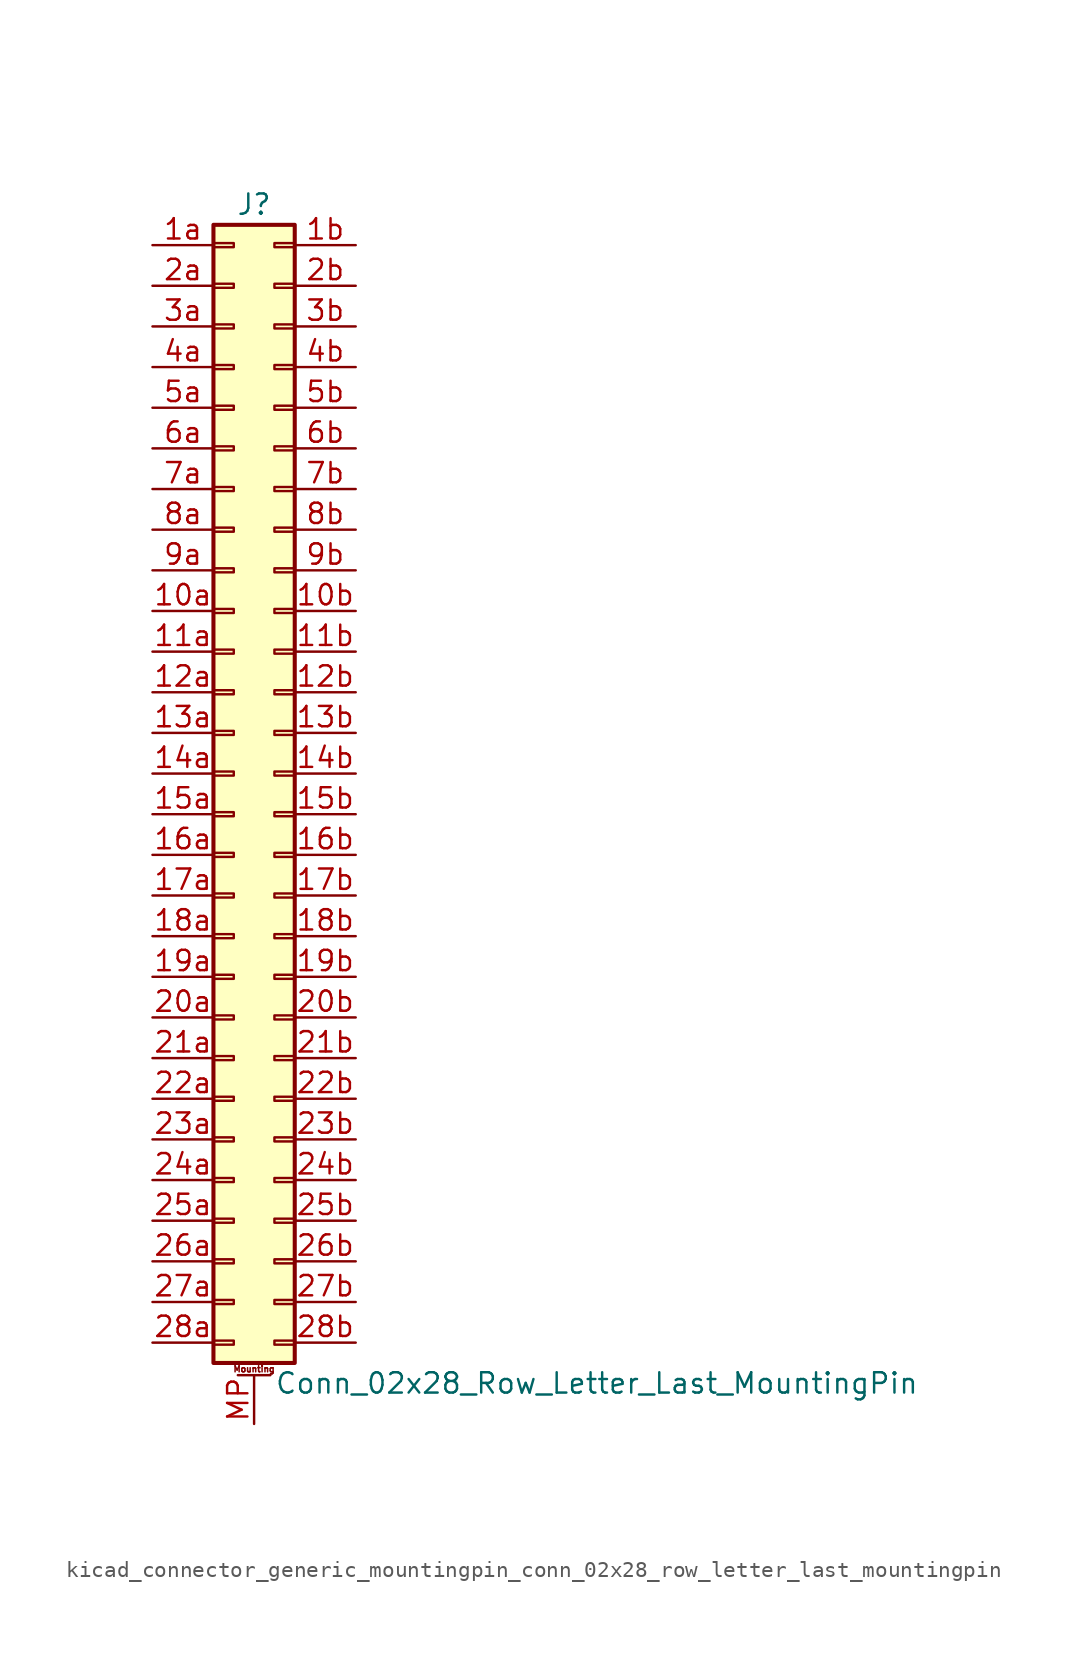
<source format=kicad_sym>
(kicad_symbol_lib
  (version 20220914)
  (generator kicad_symbol_editor)
  (symbol "kicad_connector_generic_mountingpin_conn_02x28_row_letter_last_mountingpin"
    (pin_names
      (offset 1.016) hide)
    (property "Reference" "J"
      (at 1.27 35.56 0)
      (effects (font (size 1.27 1.27))))
    (property "Value" "Conn_02x28_Row_Letter_Last_MountingPin"
      (at 2.54 -38.1 0)
      (effects (font (size 1.27 1.27)) (justify left)))
    (symbol "kicad_connector_generic_mountingpin_conn_02x28_row_letter_last_mountingpin_1_1"
      (rectangle (start -1.27 -35.433) (end 0 -35.687) (stroke (width 0.152) (type default)) (fill (type none)))
      (rectangle (start -1.27 -32.893) (end 0 -33.147) (stroke (width 0.152) (type default)) (fill (type none)))
      (rectangle (start -1.27 -30.353) (end 0 -30.607) (stroke (width 0.152) (type default)) (fill (type none)))
      (rectangle (start -1.27 -27.813) (end 0 -28.067) (stroke (width 0.152) (type default)) (fill (type none)))
      (rectangle (start -1.27 -25.273) (end 0 -25.527) (stroke (width 0.152) (type default)) (fill (type none)))
      (rectangle (start -1.27 -22.733) (end 0 -22.987) (stroke (width 0.152) (type default)) (fill (type none)))
      (rectangle (start -1.27 -20.193) (end 0 -20.447) (stroke (width 0.152) (type default)) (fill (type none)))
      (rectangle (start -1.27 -17.653) (end 0 -17.907) (stroke (width 0.152) (type default)) (fill (type none)))
      (rectangle (start -1.27 -15.113) (end 0 -15.367) (stroke (width 0.152) (type default)) (fill (type none)))
      (rectangle (start -1.27 -12.573) (end 0 -12.827) (stroke (width 0.152) (type default)) (fill (type none)))
      (rectangle (start -1.27 -10.033) (end 0 -10.287) (stroke (width 0.152) (type default)) (fill (type none)))
      (rectangle (start -1.27 -7.493) (end 0 -7.747) (stroke (width 0.152) (type default)) (fill (type none)))
      (rectangle (start -1.27 -4.953) (end 0 -5.207) (stroke (width 0.152) (type default)) (fill (type none)))
      (rectangle (start -1.27 -2.413) (end 0 -2.667) (stroke (width 0.152) (type default)) (fill (type none)))
      (rectangle (start -1.27 0.127) (end 0 -0.127) (stroke (width 0.152) (type default)) (fill (type none)))
      (rectangle (start -1.27 2.667) (end 0 2.413) (stroke (width 0.152) (type default)) (fill (type none)))
      (rectangle (start -1.27 5.207) (end 0 4.953) (stroke (width 0.152) (type default)) (fill (type none)))
      (rectangle (start -1.27 7.747) (end 0 7.493) (stroke (width 0.152) (type default)) (fill (type none)))
      (rectangle (start -1.27 10.287) (end 0 10.033) (stroke (width 0.152) (type default)) (fill (type none)))
      (rectangle (start -1.27 12.827) (end 0 12.573) (stroke (width 0.152) (type default)) (fill (type none)))
      (rectangle (start -1.27 15.367) (end 0 15.113) (stroke (width 0.152) (type default)) (fill (type none)))
      (rectangle (start -1.27 17.907) (end 0 17.653) (stroke (width 0.152) (type default)) (fill (type none)))
      (rectangle (start -1.27 20.447) (end 0 20.193) (stroke (width 0.152) (type default)) (fill (type none)))
      (rectangle (start -1.27 22.987) (end 0 22.733) (stroke (width 0.152) (type default)) (fill (type none)))
      (rectangle (start -1.27 25.527) (end 0 25.273) (stroke (width 0.152) (type default)) (fill (type none)))
      (rectangle (start -1.27 28.067) (end 0 27.813) (stroke (width 0.152) (type default)) (fill (type none)))
      (rectangle (start -1.27 30.607) (end 0 30.353) (stroke (width 0.152) (type default)) (fill (type none)))
      (rectangle (start -1.27 33.147) (end 0 32.893) (stroke (width 0.152) (type default)) (fill (type none)))
      (rectangle (start -1.27 34.29) (end 3.81 -36.83) (stroke (width 0.254) (type default)) (fill (type background)))
      (polyline (pts (xy 0.254 -37.592) (xy 2.286 -37.592)) (stroke (width 0.152) (type default)) (fill (type none)))
      (rectangle (start 3.81 -35.433) (end 2.54 -35.687) (stroke (width 0.152) (type default)) (fill (type none)))
      (rectangle (start 3.81 -32.893) (end 2.54 -33.147) (stroke (width 0.152) (type default)) (fill (type none)))
      (rectangle (start 3.81 -30.353) (end 2.54 -30.607) (stroke (width 0.152) (type default)) (fill (type none)))
      (rectangle (start 3.81 -27.813) (end 2.54 -28.067) (stroke (width 0.152) (type default)) (fill (type none)))
      (rectangle (start 3.81 -25.273) (end 2.54 -25.527) (stroke (width 0.152) (type default)) (fill (type none)))
      (rectangle (start 3.81 -22.733) (end 2.54 -22.987) (stroke (width 0.152) (type default)) (fill (type none)))
      (rectangle (start 3.81 -20.193) (end 2.54 -20.447) (stroke (width 0.152) (type default)) (fill (type none)))
      (rectangle (start 3.81 -17.653) (end 2.54 -17.907) (stroke (width 0.152) (type default)) (fill (type none)))
      (rectangle (start 3.81 -15.113) (end 2.54 -15.367) (stroke (width 0.152) (type default)) (fill (type none)))
      (rectangle (start 3.81 -12.573) (end 2.54 -12.827) (stroke (width 0.152) (type default)) (fill (type none)))
      (rectangle (start 3.81 -10.033) (end 2.54 -10.287) (stroke (width 0.152) (type default)) (fill (type none)))
      (rectangle (start 3.81 -7.493) (end 2.54 -7.747) (stroke (width 0.152) (type default)) (fill (type none)))
      (rectangle (start 3.81 -4.953) (end 2.54 -5.207) (stroke (width 0.152) (type default)) (fill (type none)))
      (rectangle (start 3.81 -2.413) (end 2.54 -2.667) (stroke (width 0.152) (type default)) (fill (type none)))
      (rectangle (start 3.81 0.127) (end 2.54 -0.127) (stroke (width 0.152) (type default)) (fill (type none)))
      (rectangle (start 3.81 2.667) (end 2.54 2.413) (stroke (width 0.152) (type default)) (fill (type none)))
      (rectangle (start 3.81 5.207) (end 2.54 4.953) (stroke (width 0.152) (type default)) (fill (type none)))
      (rectangle (start 3.81 7.747) (end 2.54 7.493) (stroke (width 0.152) (type default)) (fill (type none)))
      (rectangle (start 3.81 10.287) (end 2.54 10.033) (stroke (width 0.152) (type default)) (fill (type none)))
      (rectangle (start 3.81 12.827) (end 2.54 12.573) (stroke (width 0.152) (type default)) (fill (type none)))
      (rectangle (start 3.81 15.367) (end 2.54 15.113) (stroke (width 0.152) (type default)) (fill (type none)))
      (rectangle (start 3.81 17.907) (end 2.54 17.653) (stroke (width 0.152) (type default)) (fill (type none)))
      (rectangle (start 3.81 20.447) (end 2.54 20.193) (stroke (width 0.152) (type default)) (fill (type none)))
      (rectangle (start 3.81 22.987) (end 2.54 22.733) (stroke (width 0.152) (type default)) (fill (type none)))
      (rectangle (start 3.81 25.527) (end 2.54 25.273) (stroke (width 0.152) (type default)) (fill (type none)))
      (rectangle (start 3.81 28.067) (end 2.54 27.813) (stroke (width 0.152) (type default)) (fill (type none)))
      (rectangle (start 3.81 30.607) (end 2.54 30.353) (stroke (width 0.152) (type default)) (fill (type none)))
      (rectangle (start 3.81 33.147) (end 2.54 32.893) (stroke (width 0.152) (type default)) (fill (type none)))
      (text "Mounting" (at 1.27 -37.211 0) (effects (font (size 0.381 0.381))))
      (pin passive line (at -5.08 10.16 0) (length 3.81) (name "Pin_10a" (effects (font (size 1.27 1.27)))) (number "10a" (effects (font (size 1.27 1.27)))))
      (pin passive line (at 7.62 10.16 180) (length 3.81) (name "Pin_10b" (effects (font (size 1.27 1.27)))) (number "10b" (effects (font (size 1.27 1.27)))))
      (pin passive line (at -5.08 7.62 0) (length 3.81) (name "Pin_11a" (effects (font (size 1.27 1.27)))) (number "11a" (effects (font (size 1.27 1.27)))))
      (pin passive line (at 7.62 7.62 180) (length 3.81) (name "Pin_11b" (effects (font (size 1.27 1.27)))) (number "11b" (effects (font (size 1.27 1.27)))))
      (pin passive line (at -5.08 5.08 0) (length 3.81) (name "Pin_12a" (effects (font (size 1.27 1.27)))) (number "12a" (effects (font (size 1.27 1.27)))))
      (pin passive line (at 7.62 5.08 180) (length 3.81) (name "Pin_12b" (effects (font (size 1.27 1.27)))) (number "12b" (effects (font (size 1.27 1.27)))))
      (pin passive line (at -5.08 2.54 0) (length 3.81) (name "Pin_13a" (effects (font (size 1.27 1.27)))) (number "13a" (effects (font (size 1.27 1.27)))))
      (pin passive line (at 7.62 2.54 180) (length 3.81) (name "Pin_13b" (effects (font (size 1.27 1.27)))) (number "13b" (effects (font (size 1.27 1.27)))))
      (pin passive line (at -5.08 0 0) (length 3.81) (name "Pin_14a" (effects (font (size 1.27 1.27)))) (number "14a" (effects (font (size 1.27 1.27)))))
      (pin passive line (at 7.62 0 180) (length 3.81) (name "Pin_14b" (effects (font (size 1.27 1.27)))) (number "14b" (effects (font (size 1.27 1.27)))))
      (pin passive line (at -5.08 -2.54 0) (length 3.81) (name "Pin_15a" (effects (font (size 1.27 1.27)))) (number "15a" (effects (font (size 1.27 1.27)))))
      (pin passive line (at 7.62 -2.54 180) (length 3.81) (name "Pin_15b" (effects (font (size 1.27 1.27)))) (number "15b" (effects (font (size 1.27 1.27)))))
      (pin passive line (at -5.08 -5.08 0) (length 3.81) (name "Pin_16a" (effects (font (size 1.27 1.27)))) (number "16a" (effects (font (size 1.27 1.27)))))
      (pin passive line (at 7.62 -5.08 180) (length 3.81) (name "Pin_16b" (effects (font (size 1.27 1.27)))) (number "16b" (effects (font (size 1.27 1.27)))))
      (pin passive line (at -5.08 -7.62 0) (length 3.81) (name "Pin_17a" (effects (font (size 1.27 1.27)))) (number "17a" (effects (font (size 1.27 1.27)))))
      (pin passive line (at 7.62 -7.62 180) (length 3.81) (name "Pin_17b" (effects (font (size 1.27 1.27)))) (number "17b" (effects (font (size 1.27 1.27)))))
      (pin passive line (at -5.08 -10.16 0) (length 3.81) (name "Pin_18a" (effects (font (size 1.27 1.27)))) (number "18a" (effects (font (size 1.27 1.27)))))
      (pin passive line (at 7.62 -10.16 180) (length 3.81) (name "Pin_18b" (effects (font (size 1.27 1.27)))) (number "18b" (effects (font (size 1.27 1.27)))))
      (pin passive line (at -5.08 -12.7 0) (length 3.81) (name "Pin_19a" (effects (font (size 1.27 1.27)))) (number "19a" (effects (font (size 1.27 1.27)))))
      (pin passive line (at 7.62 -12.7 180) (length 3.81) (name "Pin_19b" (effects (font (size 1.27 1.27)))) (number "19b" (effects (font (size 1.27 1.27)))))
      (pin passive line (at -5.08 33.02 0) (length 3.81) (name "Pin_1a" (effects (font (size 1.27 1.27)))) (number "1a" (effects (font (size 1.27 1.27)))))
      (pin passive line (at 7.62 33.02 180) (length 3.81) (name "Pin_1b" (effects (font (size 1.27 1.27)))) (number "1b" (effects (font (size 1.27 1.27)))))
      (pin passive line (at -5.08 -15.24 0) (length 3.81) (name "Pin_20a" (effects (font (size 1.27 1.27)))) (number "20a" (effects (font (size 1.27 1.27)))))
      (pin passive line (at 7.62 -15.24 180) (length 3.81) (name "Pin_20b" (effects (font (size 1.27 1.27)))) (number "20b" (effects (font (size 1.27 1.27)))))
      (pin passive line (at -5.08 -17.78 0) (length 3.81) (name "Pin_21a" (effects (font (size 1.27 1.27)))) (number "21a" (effects (font (size 1.27 1.27)))))
      (pin passive line (at 7.62 -17.78 180) (length 3.81) (name "Pin_21b" (effects (font (size 1.27 1.27)))) (number "21b" (effects (font (size 1.27 1.27)))))
      (pin passive line (at -5.08 -20.32 0) (length 3.81) (name "Pin_22a" (effects (font (size 1.27 1.27)))) (number "22a" (effects (font (size 1.27 1.27)))))
      (pin passive line (at 7.62 -20.32 180) (length 3.81) (name "Pin_22b" (effects (font (size 1.27 1.27)))) (number "22b" (effects (font (size 1.27 1.27)))))
      (pin passive line (at -5.08 -22.86 0) (length 3.81) (name "Pin_23a" (effects (font (size 1.27 1.27)))) (number "23a" (effects (font (size 1.27 1.27)))))
      (pin passive line (at 7.62 -22.86 180) (length 3.81) (name "Pin_23b" (effects (font (size 1.27 1.27)))) (number "23b" (effects (font (size 1.27 1.27)))))
      (pin passive line (at -5.08 -25.4 0) (length 3.81) (name "Pin_24a" (effects (font (size 1.27 1.27)))) (number "24a" (effects (font (size 1.27 1.27)))))
      (pin passive line (at 7.62 -25.4 180) (length 3.81) (name "Pin_24b" (effects (font (size 1.27 1.27)))) (number "24b" (effects (font (size 1.27 1.27)))))
      (pin passive line (at -5.08 -27.94 0) (length 3.81) (name "Pin_25a" (effects (font (size 1.27 1.27)))) (number "25a" (effects (font (size 1.27 1.27)))))
      (pin passive line (at 7.62 -27.94 180) (length 3.81) (name "Pin_25b" (effects (font (size 1.27 1.27)))) (number "25b" (effects (font (size 1.27 1.27)))))
      (pin passive line (at -5.08 -30.48 0) (length 3.81) (name "Pin_26a" (effects (font (size 1.27 1.27)))) (number "26a" (effects (font (size 1.27 1.27)))))
      (pin passive line (at 7.62 -30.48 180) (length 3.81) (name "Pin_26b" (effects (font (size 1.27 1.27)))) (number "26b" (effects (font (size 1.27 1.27)))))
      (pin passive line (at -5.08 -33.02 0) (length 3.81) (name "Pin_27a" (effects (font (size 1.27 1.27)))) (number "27a" (effects (font (size 1.27 1.27)))))
      (pin passive line (at 7.62 -33.02 180) (length 3.81) (name "Pin_27b" (effects (font (size 1.27 1.27)))) (number "27b" (effects (font (size 1.27 1.27)))))
      (pin passive line (at -5.08 -35.56 0) (length 3.81) (name "Pin_28a" (effects (font (size 1.27 1.27)))) (number "28a" (effects (font (size 1.27 1.27)))))
      (pin passive line (at 7.62 -35.56 180) (length 3.81) (name "Pin_28b" (effects (font (size 1.27 1.27)))) (number "28b" (effects (font (size 1.27 1.27)))))
      (pin passive line (at -5.08 30.48 0) (length 3.81) (name "Pin_2a" (effects (font (size 1.27 1.27)))) (number "2a" (effects (font (size 1.27 1.27)))))
      (pin passive line (at 7.62 30.48 180) (length 3.81) (name "Pin_2b" (effects (font (size 1.27 1.27)))) (number "2b" (effects (font (size 1.27 1.27)))))
      (pin passive line (at -5.08 27.94 0) (length 3.81) (name "Pin_3a" (effects (font (size 1.27 1.27)))) (number "3a" (effects (font (size 1.27 1.27)))))
      (pin passive line (at 7.62 27.94 180) (length 3.81) (name "Pin_3b" (effects (font (size 1.27 1.27)))) (number "3b" (effects (font (size 1.27 1.27)))))
      (pin passive line (at -5.08 25.4 0) (length 3.81) (name "Pin_4a" (effects (font (size 1.27 1.27)))) (number "4a" (effects (font (size 1.27 1.27)))))
      (pin passive line (at 7.62 25.4 180) (length 3.81) (name "Pin_4b" (effects (font (size 1.27 1.27)))) (number "4b" (effects (font (size 1.27 1.27)))))
      (pin passive line (at -5.08 22.86 0) (length 3.81) (name "Pin_5a" (effects (font (size 1.27 1.27)))) (number "5a" (effects (font (size 1.27 1.27)))))
      (pin passive line (at 7.62 22.86 180) (length 3.81) (name "Pin_5b" (effects (font (size 1.27 1.27)))) (number "5b" (effects (font (size 1.27 1.27)))))
      (pin passive line (at -5.08 20.32 0) (length 3.81) (name "Pin_6a" (effects (font (size 1.27 1.27)))) (number "6a" (effects (font (size 1.27 1.27)))))
      (pin passive line (at 7.62 20.32 180) (length 3.81) (name "Pin_6b" (effects (font (size 1.27 1.27)))) (number "6b" (effects (font (size 1.27 1.27)))))
      (pin passive line (at -5.08 17.78 0) (length 3.81) (name "Pin_7a" (effects (font (size 1.27 1.27)))) (number "7a" (effects (font (size 1.27 1.27)))))
      (pin passive line (at 7.62 17.78 180) (length 3.81) (name "Pin_7b" (effects (font (size 1.27 1.27)))) (number "7b" (effects (font (size 1.27 1.27)))))
      (pin passive line (at -5.08 15.24 0) (length 3.81) (name "Pin_8a" (effects (font (size 1.27 1.27)))) (number "8a" (effects (font (size 1.27 1.27)))))
      (pin passive line (at 7.62 15.24 180) (length 3.81) (name "Pin_8b" (effects (font (size 1.27 1.27)))) (number "8b" (effects (font (size 1.27 1.27)))))
      (pin passive line (at -5.08 12.7 0) (length 3.81) (name "Pin_9a" (effects (font (size 1.27 1.27)))) (number "9a" (effects (font (size 1.27 1.27)))))
      (pin passive line (at 7.62 12.7 180) (length 3.81) (name "Pin_9b" (effects (font (size 1.27 1.27)))) (number "9b" (effects (font (size 1.27 1.27)))))
      (pin passive line (at 1.27 -40.64 90) (length 3.048) (name "MountPin" (effects (font (size 1.27 1.27)))) (number "MP" (effects (font (size 1.27 1.27))))))))
</source>
